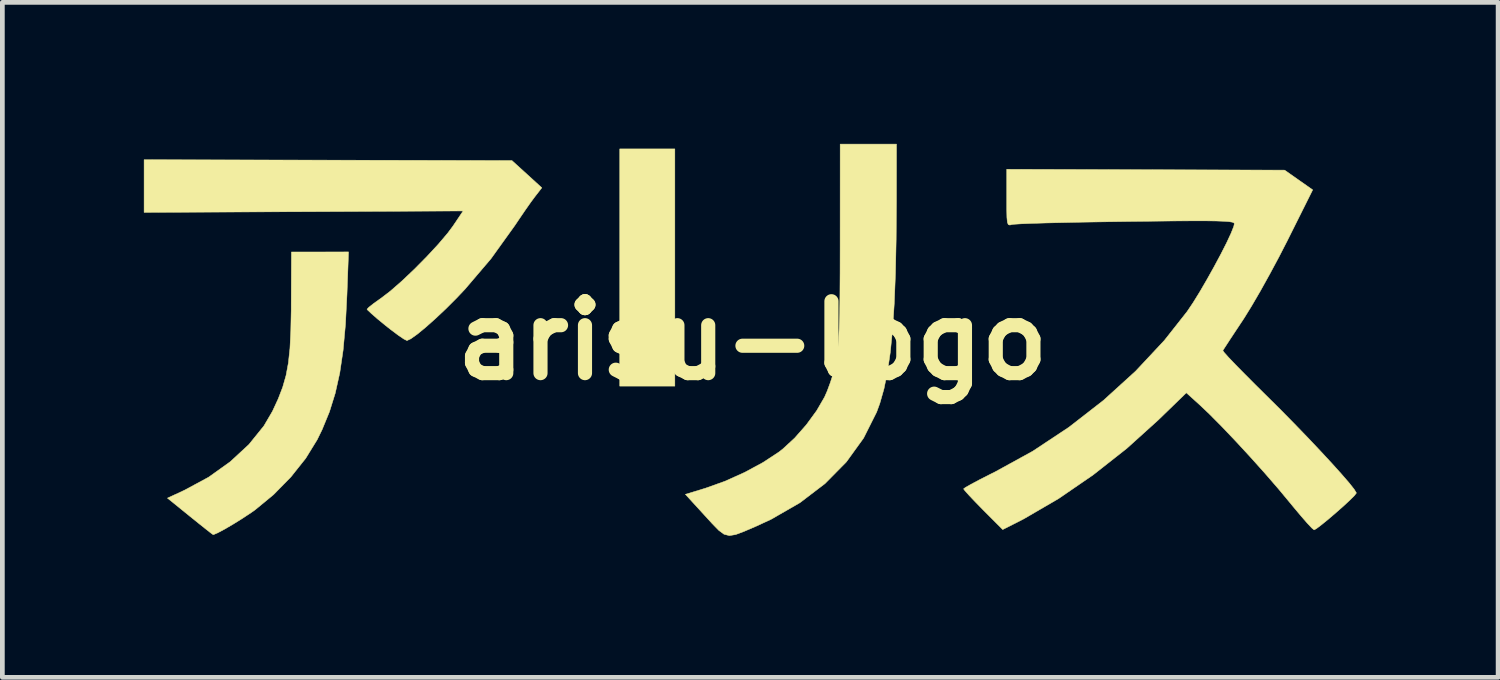
<source format=kicad_pcb>
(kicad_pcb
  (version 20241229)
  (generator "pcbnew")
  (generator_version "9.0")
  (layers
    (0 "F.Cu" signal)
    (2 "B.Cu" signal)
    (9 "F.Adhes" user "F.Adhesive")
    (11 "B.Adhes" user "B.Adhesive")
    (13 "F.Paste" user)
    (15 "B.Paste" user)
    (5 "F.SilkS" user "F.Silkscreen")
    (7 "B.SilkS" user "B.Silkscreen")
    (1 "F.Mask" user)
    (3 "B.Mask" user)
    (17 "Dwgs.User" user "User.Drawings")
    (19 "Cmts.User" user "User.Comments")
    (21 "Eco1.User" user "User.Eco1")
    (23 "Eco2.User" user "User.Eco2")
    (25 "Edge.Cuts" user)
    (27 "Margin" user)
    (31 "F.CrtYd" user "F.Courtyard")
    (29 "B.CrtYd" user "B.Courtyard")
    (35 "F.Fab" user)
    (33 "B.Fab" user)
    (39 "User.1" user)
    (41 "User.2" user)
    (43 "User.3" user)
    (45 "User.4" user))
  (footprint "arisu-logo"
    (layer "F.Cu")
    (at 12.908 4.171)
    (property "Reference" "arisu-logo" (at 0 0 0) (layer "F.SilkS") (effects (font (size 1.524 1.524) (thickness 0.3))))
    (attr through_hole)
    (fp_poly (pts (xy -1.651 0.965) (xy -2.235 0.965) (xy -2.819 0.965) (xy -2.819 -4.064) (xy -2.235 -4.064) (xy -1.651 -4.064) (xy -1.651 0.965)) (stroke (width 0.01) (type solid)) (fill yes) (layer "F.SilkS"))
    (fp_poly (pts (xy -8.602 -0.978) (xy -8.634 -0.344) (xy -8.684 0.205) (xy -8.755 0.686) (xy -8.851 1.116) (xy -8.974 1.51) (xy -9.128 1.885) (xy -9.233 2.1) (xy -9.476 2.495) (xy -9.792 2.892) (xy -10.159 3.266) (xy -10.551 3.589) (xy -10.629 3.644) (xy -10.816 3.768) (xy -11.012 3.89) (xy -11.193 3.996) (xy -11.339 4.074) (xy -11.428 4.112) (xy -11.441 4.113) (xy -11.483 4.083) (xy -11.589 4) (xy -11.742 3.878) (xy -11.926 3.73) (xy -11.932 3.725) (xy -12.408 3.339) (xy -12.046 3.171) (xy -11.536 2.896) (xy -11.077 2.568) (xy -10.681 2.202) (xy -10.363 1.808) (xy -10.182 1.499) (xy -10.06 1.235) (xy -9.965 0.988) (xy -9.894 0.74) (xy -9.844 0.472) (xy -9.811 0.164) (xy -9.793 -0.202) (xy -9.784 -0.646) (xy -9.784 -0.775) (xy -9.779 -1.879) (xy -9.174 -1.879) (xy -8.569 -1.88) (xy -8.602 -0.978)) (stroke (width 0.01) (type solid)) (fill yes) (layer "F.SilkS"))
    (fp_poly (pts (xy -9.004 -3.826) (xy -5.105 -3.817) (xy -4.788 -3.529) (xy -4.471 -3.24) (xy -4.615 -3.055) (xy -4.707 -2.931) (xy -4.833 -2.751) (xy -4.973 -2.545) (xy -5.045 -2.438) (xy -5.55 -1.735) (xy -6.1 -1.09) (xy -6.281 -0.899) (xy -6.505 -0.675) (xy -6.728 -0.465) (xy -6.935 -0.281) (xy -7.113 -0.135) (xy -7.249 -0.038) (xy -7.329 -0.001) (xy -7.331 -0.001) (xy -7.394 -0.032) (xy -7.515 -0.114) (xy -7.674 -0.233) (xy -7.783 -0.319) (xy -7.949 -0.455) (xy -8.08 -0.569) (xy -8.16 -0.644) (xy -8.177 -0.665) (xy -8.139 -0.706) (xy -8.038 -0.786) (xy -7.895 -0.888) (xy -7.887 -0.893) (xy -7.683 -1.049) (xy -7.438 -1.263) (xy -7.173 -1.514) (xy -6.909 -1.781) (xy -6.666 -2.043) (xy -6.466 -2.279) (xy -6.355 -2.428) (xy -6.139 -2.749) (xy -9.521 -2.733) (xy -12.903 -2.718) (xy -12.903 -3.277) (xy -12.903 -3.835) (xy -9.004 -3.826)) (stroke (width 0.01) (type solid)) (fill yes) (layer "F.SilkS"))
    (fp_poly (pts (xy 3.047 -2.959) (xy 3.041 -2.145) (xy 3.026 -1.425) (xy 3.001 -0.791) (xy 2.965 -0.237) (xy 2.917 0.245) (xy 2.856 0.662) (xy 2.783 1.021) (xy 2.695 1.33) (xy 2.627 1.516) (xy 2.351 2.066) (xy 1.985 2.573) (xy 1.533 3.031) (xy 1.001 3.437) (xy 0.391 3.788) (xy 0.071 3.936) (xy -0.18 4.044) (xy -0.361 4.112) (xy -0.495 4.134) (xy -0.607 4.106) (xy -0.721 4.022) (xy -0.861 3.878) (xy -1.01 3.715) (xy -1.427 3.259) (xy -0.998 3.128) (xy -0.59 2.982) (xy -0.174 2.795) (xy 0.217 2.584) (xy 0.551 2.365) (xy 0.635 2.3) (xy 0.89 2.065) (xy 1.138 1.783) (xy 1.356 1.485) (xy 1.523 1.197) (xy 1.58 1.067) (xy 1.644 0.894) (xy 1.696 0.735) (xy 1.74 0.577) (xy 1.774 0.41) (xy 1.8 0.221) (xy 1.82 0.001) (xy 1.834 -0.264) (xy 1.844 -0.583) (xy 1.849 -0.969) (xy 1.852 -1.433) (xy 1.853 -1.985) (xy 1.853 -2.045) (xy 1.854 -4.166) (xy 2.451 -4.166) (xy 3.048 -4.166) (xy 3.047 -2.959)) (stroke (width 0.01) (type solid)) (fill yes) (layer "F.SilkS"))
    (fp_poly (pts (xy 11.277 -3.614) (xy 11.574 -3.405) (xy 11.872 -3.196) (xy 11.334 -2.119) (xy 11.153 -1.767) (xy 10.958 -1.404) (xy 10.763 -1.053) (xy 10.58 -0.739) (xy 10.424 -0.486) (xy 10.389 -0.432) (xy 10.243 -0.212) (xy 10.118 -0.023) (xy 10.025 0.12) (xy 9.973 0.2) (xy 9.967 0.211) (xy 9.997 0.254) (xy 10.091 0.359) (xy 10.239 0.514) (xy 10.432 0.71) (xy 10.659 0.938) (xy 10.874 1.151) (xy 11.176 1.45) (xy 11.475 1.754) (xy 11.764 2.053) (xy 12.033 2.338) (xy 12.275 2.599) (xy 12.481 2.828) (xy 12.642 3.014) (xy 12.75 3.15) (xy 12.796 3.225) (xy 12.797 3.233) (xy 12.759 3.283) (xy 12.661 3.381) (xy 12.523 3.509) (xy 12.363 3.65) (xy 12.202 3.788) (xy 12.058 3.905) (xy 11.951 3.986) (xy 11.902 4.013) (xy 11.856 3.976) (xy 11.759 3.873) (xy 11.624 3.718) (xy 11.463 3.526) (xy 11.394 3.442) (xy 11.143 3.14) (xy 10.857 2.81) (xy 10.551 2.469) (xy 10.243 2.135) (xy 9.949 1.826) (xy 9.687 1.562) (xy 9.486 1.371) (xy 9.193 1.106) (xy 8.597 1.684) (xy 7.929 2.287) (xy 7.216 2.848) (xy 6.483 3.351) (xy 5.751 3.777) (xy 5.594 3.858) (xy 5.3 4.006) (xy 4.885 3.59) (xy 4.722 3.423) (xy 4.589 3.283) (xy 4.5 3.184) (xy 4.47 3.143) (xy 4.513 3.111) (xy 4.632 3.044) (xy 4.81 2.949) (xy 5.032 2.836) (xy 5.144 2.78) (xy 5.934 2.346) (xy 6.704 1.836) (xy 7.437 1.266) (xy 8.117 0.648) (xy 8.727 -0.004) (xy 9.208 -0.614) (xy 9.334 -0.801) (xy 9.478 -1.034) (xy 9.63 -1.295) (xy 9.782 -1.567) (xy 9.924 -1.832) (xy 10.047 -2.074) (xy 10.141 -2.276) (xy 10.198 -2.42) (xy 10.211 -2.478) (xy 10.201 -2.496) (xy 10.166 -2.511) (xy 10.098 -2.522) (xy 9.988 -2.53) (xy 9.827 -2.536) (xy 9.608 -2.539) (xy 9.321 -2.539) (xy 8.959 -2.537) (xy 8.514 -2.532) (xy 7.976 -2.526) (xy 7.912 -2.525) (xy 7.435 -2.518) (xy 6.986 -2.511) (xy 6.576 -2.502) (xy 6.217 -2.494) (xy 5.919 -2.485) (xy 5.692 -2.476) (xy 5.547 -2.467) (xy 5.499 -2.461) (xy 5.451 -2.45) (xy 5.418 -2.46) (xy 5.399 -2.508) (xy 5.389 -2.611) (xy 5.385 -2.784) (xy 5.385 -3.029) (xy 5.385 -3.632) (xy 11.277 -3.614)) (stroke (width 0.01) (type solid)) (fill yes) (layer "F.SilkS")))
  (gr_rect
    (start -3 -3)
    (end 28.711 11.31)
    (stroke (width 0.1) (type default))
    (fill no)
    (layer "Edge.Cuts")))
</source>
